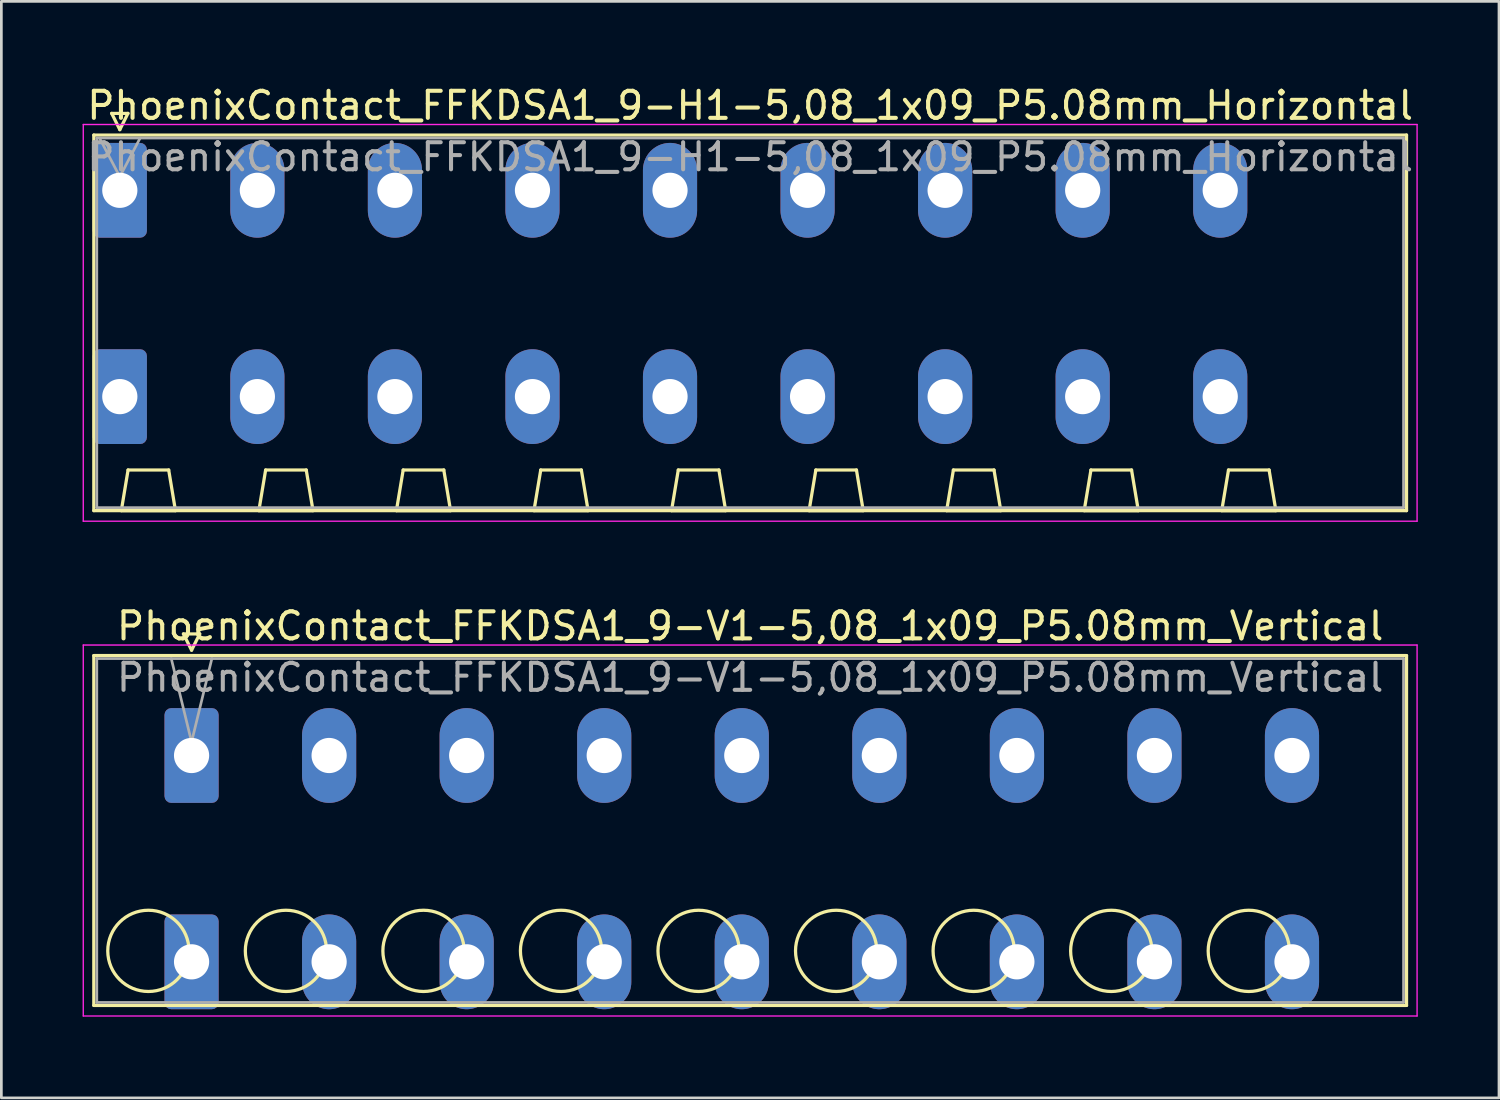
<source format=kicad_pcb>
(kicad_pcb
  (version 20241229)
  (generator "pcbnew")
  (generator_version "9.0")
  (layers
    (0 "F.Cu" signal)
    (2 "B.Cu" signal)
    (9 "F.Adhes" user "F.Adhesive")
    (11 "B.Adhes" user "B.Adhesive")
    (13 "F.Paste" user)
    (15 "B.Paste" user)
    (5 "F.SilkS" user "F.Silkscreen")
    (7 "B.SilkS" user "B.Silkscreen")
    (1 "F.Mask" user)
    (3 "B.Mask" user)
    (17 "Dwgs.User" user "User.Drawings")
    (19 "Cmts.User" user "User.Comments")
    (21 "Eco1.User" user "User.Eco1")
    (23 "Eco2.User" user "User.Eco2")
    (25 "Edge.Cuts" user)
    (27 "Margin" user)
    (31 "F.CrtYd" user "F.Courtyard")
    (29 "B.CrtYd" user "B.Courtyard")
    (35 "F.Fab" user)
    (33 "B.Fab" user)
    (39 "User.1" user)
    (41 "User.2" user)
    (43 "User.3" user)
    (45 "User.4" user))
  (footprint "PhoenixContact_FFKDSA1_9-V1-5,08_1x09_P5.08mm_Vertical"
    (layer "F.Cu")
    (at 4.025 24.852)
    (property "Reference" "PhoenixContact_FFKDSA1_9-V1-5,08_1x09_P5.08mm_Vertical" (at 20.63 -4.78 0) (layer "F.SilkS") (effects (font (size 1 1) (thickness 0.15))))
    (attr through_hole)
    (fp_line (start -3.61 -3.69) (end -3.61 9.23) (stroke (width 0.12) (type solid)) (layer "F.SilkS"))
    (fp_line (start -3.61 9.23) (end 44.87 9.23) (stroke (width 0.12) (type solid)) (layer "F.SilkS"))
    (fp_line (start -0.3 -4.49) (end 0.3 -4.49) (stroke (width 0.12) (type solid)) (layer "F.SilkS"))
    (fp_line (start 0 -3.89) (end -0.3 -4.49) (stroke (width 0.12) (type solid)) (layer "F.SilkS"))
    (fp_line (start 0.3 -4.49) (end 0 -3.89) (stroke (width 0.12) (type solid)) (layer "F.SilkS"))
    (fp_line (start 44.87 -3.69) (end -3.61 -3.69) (stroke (width 0.12) (type solid)) (layer "F.SilkS"))
    (fp_line (start 44.87 9.23) (end 44.87 -3.69) (stroke (width 0.12) (type solid)) (layer "F.SilkS"))
    (fp_circle (center -1.595 7.215) (end -0.095 7.215) (stroke (width 0.12) (type solid)) (fill no) (layer "F.SilkS"))
    (fp_circle (center 3.485 7.215) (end 4.985 7.215) (stroke (width 0.12) (type solid)) (fill no) (layer "F.SilkS"))
    (fp_circle (center 8.565 7.215) (end 10.065 7.215) (stroke (width 0.12) (type solid)) (fill no) (layer "F.SilkS"))
    (fp_circle (center 13.645 7.215) (end 15.145 7.215) (stroke (width 0.12) (type solid)) (fill no) (layer "F.SilkS"))
    (fp_circle (center 18.725 7.215) (end 20.225 7.215) (stroke (width 0.12) (type solid)) (fill no) (layer "F.SilkS"))
    (fp_circle (center 23.805 7.215) (end 25.305 7.215) (stroke (width 0.12) (type solid)) (fill no) (layer "F.SilkS"))
    (fp_circle (center 28.885 7.215) (end 30.385 7.215) (stroke (width 0.12) (type solid)) (fill no) (layer "F.SilkS"))
    (fp_circle (center 33.965 7.215) (end 35.465 7.215) (stroke (width 0.12) (type solid)) (fill no) (layer "F.SilkS"))
    (fp_circle (center 39.045 7.215) (end 40.545 7.215) (stroke (width 0.12) (type solid)) (fill no) (layer "F.SilkS"))
    (fp_line (start -4 -4.08) (end -4 9.62) (stroke (width 0.05) (type solid)) (layer "F.CrtYd"))
    (fp_line (start -4 9.62) (end 45.26 9.62) (stroke (width 0.05) (type solid)) (layer "F.CrtYd"))
    (fp_line (start 45.26 -4.08) (end -4 -4.08) (stroke (width 0.05) (type solid)) (layer "F.CrtYd"))
    (fp_line (start 45.26 9.62) (end 45.26 -4.08) (stroke (width 0.05) (type solid)) (layer "F.CrtYd"))
    (fp_line (start -3.5 -3.58) (end -3.5 9.12) (stroke (width 0.1) (type solid)) (layer "F.Fab"))
    (fp_line (start -3.5 9.12) (end 44.76 9.12) (stroke (width 0.1) (type solid)) (layer "F.Fab"))
    (fp_line (start 0 -0.5) (end -0.75 -3.58) (stroke (width 0.1) (type solid)) (layer "F.Fab"))
    (fp_line (start 0.75 -3.58) (end 0 -0.5) (stroke (width 0.1) (type solid)) (layer "F.Fab"))
    (fp_line (start 44.76 -3.58) (end -3.5 -3.58) (stroke (width 0.1) (type solid)) (layer "F.Fab"))
    (fp_line (start 44.76 9.12) (end 44.76 -3.58) (stroke (width 0.1) (type solid)) (layer "F.Fab"))
    (fp_text user "${REFERENCE}" (at 20.63 -2.88 0) (layer "F.Fab") (effects (font (size 1 1) (thickness 0.15))))
    (pad "1" thru_hole roundrect (at 0 0) (size 2 3.5) (drill 1.3) (layers "*.Cu" "*.Mask") (roundrect_rratio 0.125))
    (pad "1" thru_hole roundrect (at 0 7.62) (size 2 3.5) (drill 1.3) (layers "*.Cu" "*.Mask") (roundrect_rratio 0.125))
    (pad "2" thru_hole oval (at 5.08 0) (size 2 3.5) (drill 1.3) (layers "*.Cu" "*.Mask"))
    (pad "2" thru_hole oval (at 5.08 7.62) (size 2 3.5) (drill 1.3) (layers "*.Cu" "*.Mask"))
    (pad "3" thru_hole oval (at 10.16 0) (size 2 3.5) (drill 1.3) (layers "*.Cu" "*.Mask"))
    (pad "3" thru_hole oval (at 10.16 7.62) (size 2 3.5) (drill 1.3) (layers "*.Cu" "*.Mask"))
    (pad "4" thru_hole oval (at 15.24 0) (size 2 3.5) (drill 1.3) (layers "*.Cu" "*.Mask"))
    (pad "4" thru_hole oval (at 15.24 7.62) (size 2 3.5) (drill 1.3) (layers "*.Cu" "*.Mask"))
    (pad "5" thru_hole oval (at 20.32 0) (size 2 3.5) (drill 1.3) (layers "*.Cu" "*.Mask"))
    (pad "5" thru_hole oval (at 20.32 7.62) (size 2 3.5) (drill 1.3) (layers "*.Cu" "*.Mask"))
    (pad "6" thru_hole oval (at 25.4 0) (size 2 3.5) (drill 1.3) (layers "*.Cu" "*.Mask"))
    (pad "6" thru_hole oval (at 25.4 7.62) (size 2 3.5) (drill 1.3) (layers "*.Cu" "*.Mask"))
    (pad "7" thru_hole oval (at 30.48 0) (size 2 3.5) (drill 1.3) (layers "*.Cu" "*.Mask"))
    (pad "7" thru_hole oval (at 30.48 7.62) (size 2 3.5) (drill 1.3) (layers "*.Cu" "*.Mask"))
    (pad "8" thru_hole oval (at 35.56 0) (size 2 3.5) (drill 1.3) (layers "*.Cu" "*.Mask"))
    (pad "8" thru_hole oval (at 35.56 7.62) (size 2 3.5) (drill 1.3) (layers "*.Cu" "*.Mask"))
    (pad "9" thru_hole oval (at 40.64 0) (size 2 3.5) (drill 1.3) (layers "*.Cu" "*.Mask"))
    (pad "9" thru_hole oval (at 40.64 7.62) (size 2 3.5) (drill 1.3) (layers "*.Cu" "*.Mask")))
  (footprint "PhoenixContact_FFKDSA1_9-H1-5,08_1x09_P5.08mm_Horizontal"
    (layer "F.Cu")
    (at 1.375 3.978)
    (property "Reference" "PhoenixContact_FFKDSA1_9-H1-5,08_1x09_P5.08mm_Horizontal" (at 23.28 -3.13 0) (layer "F.SilkS") (effects (font (size 1 1) (thickness 0.15))))
    (attr through_hole)
    (fp_line (start -0.96 -2.04) (end -0.96 11.83) (stroke (width 0.12) (type solid)) (layer "F.SilkS"))
    (fp_line (start -0.96 11.83) (end 47.52 11.83) (stroke (width 0.12) (type solid)) (layer "F.SilkS"))
    (fp_line (start -0.3 -2.84) (end 0.3 -2.84) (stroke (width 0.12) (type solid)) (layer "F.SilkS"))
    (fp_line (start 0 -2.24) (end -0.3 -2.84) (stroke (width 0.12) (type solid)) (layer "F.SilkS"))
    (fp_line (start 0.055 11.83) (end 2.055 11.83) (stroke (width 0.12) (type solid)) (layer "F.SilkS"))
    (fp_line (start 0.3 -2.84) (end 0 -2.24) (stroke (width 0.12) (type solid)) (layer "F.SilkS"))
    (fp_line (start 0.305 10.33) (end 0.055 11.83) (stroke (width 0.12) (type solid)) (layer "F.SilkS"))
    (fp_line (start 1.805 10.33) (end 0.305 10.33) (stroke (width 0.12) (type solid)) (layer "F.SilkS"))
    (fp_line (start 2.055 11.83) (end 1.805 10.33) (stroke (width 0.12) (type solid)) (layer "F.SilkS"))
    (fp_line (start 5.135 11.83) (end 7.135 11.83) (stroke (width 0.12) (type solid)) (layer "F.SilkS"))
    (fp_line (start 5.385 10.33) (end 5.135 11.83) (stroke (width 0.12) (type solid)) (layer "F.SilkS"))
    (fp_line (start 6.885 10.33) (end 5.385 10.33) (stroke (width 0.12) (type solid)) (layer "F.SilkS"))
    (fp_line (start 7.135 11.83) (end 6.885 10.33) (stroke (width 0.12) (type solid)) (layer "F.SilkS"))
    (fp_line (start 10.215 11.83) (end 12.215 11.83) (stroke (width 0.12) (type solid)) (layer "F.SilkS"))
    (fp_line (start 10.465 10.33) (end 10.215 11.83) (stroke (width 0.12) (type solid)) (layer "F.SilkS"))
    (fp_line (start 11.965 10.33) (end 10.465 10.33) (stroke (width 0.12) (type solid)) (layer "F.SilkS"))
    (fp_line (start 12.215 11.83) (end 11.965 10.33) (stroke (width 0.12) (type solid)) (layer "F.SilkS"))
    (fp_line (start 15.295 11.83) (end 17.295 11.83) (stroke (width 0.12) (type solid)) (layer "F.SilkS"))
    (fp_line (start 15.545 10.33) (end 15.295 11.83) (stroke (width 0.12) (type solid)) (layer "F.SilkS"))
    (fp_line (start 17.045 10.33) (end 15.545 10.33) (stroke (width 0.12) (type solid)) (layer "F.SilkS"))
    (fp_line (start 17.295 11.83) (end 17.045 10.33) (stroke (width 0.12) (type solid)) (layer "F.SilkS"))
    (fp_line (start 20.375 11.83) (end 22.375 11.83) (stroke (width 0.12) (type solid)) (layer "F.SilkS"))
    (fp_line (start 20.625 10.33) (end 20.375 11.83) (stroke (width 0.12) (type solid)) (layer "F.SilkS"))
    (fp_line (start 22.125 10.33) (end 20.625 10.33) (stroke (width 0.12) (type solid)) (layer "F.SilkS"))
    (fp_line (start 22.375 11.83) (end 22.125 10.33) (stroke (width 0.12) (type solid)) (layer "F.SilkS"))
    (fp_line (start 25.455 11.83) (end 27.455 11.83) (stroke (width 0.12) (type solid)) (layer "F.SilkS"))
    (fp_line (start 25.705 10.33) (end 25.455 11.83) (stroke (width 0.12) (type solid)) (layer "F.SilkS"))
    (fp_line (start 27.205 10.33) (end 25.705 10.33) (stroke (width 0.12) (type solid)) (layer "F.SilkS"))
    (fp_line (start 27.455 11.83) (end 27.205 10.33) (stroke (width 0.12) (type solid)) (layer "F.SilkS"))
    (fp_line (start 30.535 11.83) (end 32.535 11.83) (stroke (width 0.12) (type solid)) (layer "F.SilkS"))
    (fp_line (start 30.785 10.33) (end 30.535 11.83) (stroke (width 0.12) (type solid)) (layer "F.SilkS"))
    (fp_line (start 32.285 10.33) (end 30.785 10.33) (stroke (width 0.12) (type solid)) (layer "F.SilkS"))
    (fp_line (start 32.535 11.83) (end 32.285 10.33) (stroke (width 0.12) (type solid)) (layer "F.SilkS"))
    (fp_line (start 35.615 11.83) (end 37.615 11.83) (stroke (width 0.12) (type solid)) (layer "F.SilkS"))
    (fp_line (start 35.865 10.33) (end 35.615 11.83) (stroke (width 0.12) (type solid)) (layer "F.SilkS"))
    (fp_line (start 37.365 10.33) (end 35.865 10.33) (stroke (width 0.12) (type solid)) (layer "F.SilkS"))
    (fp_line (start 37.615 11.83) (end 37.365 10.33) (stroke (width 0.12) (type solid)) (layer "F.SilkS"))
    (fp_line (start 40.695 11.83) (end 42.695 11.83) (stroke (width 0.12) (type solid)) (layer "F.SilkS"))
    (fp_line (start 40.945 10.33) (end 40.695 11.83) (stroke (width 0.12) (type solid)) (layer "F.SilkS"))
    (fp_line (start 42.445 10.33) (end 40.945 10.33) (stroke (width 0.12) (type solid)) (layer "F.SilkS"))
    (fp_line (start 42.695 11.83) (end 42.445 10.33) (stroke (width 0.12) (type solid)) (layer "F.SilkS"))
    (fp_line (start 47.52 -2.04) (end -0.96 -2.04) (stroke (width 0.12) (type solid)) (layer "F.SilkS"))
    (fp_line (start 47.52 11.83) (end 47.52 -2.04) (stroke (width 0.12) (type solid)) (layer "F.SilkS"))
    (fp_line (start -1.35 -2.43) (end -1.35 12.22) (stroke (width 0.05) (type solid)) (layer "F.CrtYd"))
    (fp_line (start -1.35 12.22) (end 47.91 12.22) (stroke (width 0.05) (type solid)) (layer "F.CrtYd"))
    (fp_line (start 47.91 -2.43) (end -1.35 -2.43) (stroke (width 0.05) (type solid)) (layer "F.CrtYd"))
    (fp_line (start 47.91 12.22) (end 47.91 -2.43) (stroke (width 0.05) (type solid)) (layer "F.CrtYd"))
    (fp_line (start -0.85 -1.93) (end -0.85 11.72) (stroke (width 0.1) (type solid)) (layer "F.Fab"))
    (fp_line (start -0.85 11.72) (end 47.41 11.72) (stroke (width 0.1) (type solid)) (layer "F.Fab"))
    (fp_line (start 0 -0.5) (end -0.75 -1.93) (stroke (width 0.1) (type solid)) (layer "F.Fab"))
    (fp_line (start 0.75 -1.93) (end 0 -0.5) (stroke (width 0.1) (type solid)) (layer "F.Fab"))
    (fp_line (start 47.41 -1.93) (end -0.85 -1.93) (stroke (width 0.1) (type solid)) (layer "F.Fab"))
    (fp_line (start 47.41 11.72) (end 47.41 -1.93) (stroke (width 0.1) (type solid)) (layer "F.Fab"))
    (fp_text user "${REFERENCE}" (at 23.28 -1.23 0) (layer "F.Fab") (effects (font (size 1 1) (thickness 0.15))))
    (pad "1" thru_hole roundrect (at 0 0) (size 2 3.5) (drill 1.3) (layers "*.Cu" "*.Mask") (roundrect_rratio 0.125))
    (pad "1" thru_hole roundrect (at 0 7.62) (size 2 3.5) (drill 1.3) (layers "*.Cu" "*.Mask") (roundrect_rratio 0.125))
    (pad "2" thru_hole oval (at 5.08 0) (size 2 3.5) (drill 1.3) (layers "*.Cu" "*.Mask"))
    (pad "2" thru_hole oval (at 5.08 7.62) (size 2 3.5) (drill 1.3) (layers "*.Cu" "*.Mask"))
    (pad "3" thru_hole oval (at 10.16 0) (size 2 3.5) (drill 1.3) (layers "*.Cu" "*.Mask"))
    (pad "3" thru_hole oval (at 10.16 7.62) (size 2 3.5) (drill 1.3) (layers "*.Cu" "*.Mask"))
    (pad "4" thru_hole oval (at 15.24 0) (size 2 3.5) (drill 1.3) (layers "*.Cu" "*.Mask"))
    (pad "4" thru_hole oval (at 15.24 7.62) (size 2 3.5) (drill 1.3) (layers "*.Cu" "*.Mask"))
    (pad "5" thru_hole oval (at 20.32 0) (size 2 3.5) (drill 1.3) (layers "*.Cu" "*.Mask"))
    (pad "5" thru_hole oval (at 20.32 7.62) (size 2 3.5) (drill 1.3) (layers "*.Cu" "*.Mask"))
    (pad "6" thru_hole oval (at 25.4 0) (size 2 3.5) (drill 1.3) (layers "*.Cu" "*.Mask"))
    (pad "6" thru_hole oval (at 25.4 7.62) (size 2 3.5) (drill 1.3) (layers "*.Cu" "*.Mask"))
    (pad "7" thru_hole oval (at 30.48 0) (size 2 3.5) (drill 1.3) (layers "*.Cu" "*.Mask"))
    (pad "7" thru_hole oval (at 30.48 7.62) (size 2 3.5) (drill 1.3) (layers "*.Cu" "*.Mask"))
    (pad "8" thru_hole oval (at 35.56 0) (size 2 3.5) (drill 1.3) (layers "*.Cu" "*.Mask"))
    (pad "8" thru_hole oval (at 35.56 7.62) (size 2 3.5) (drill 1.3) (layers "*.Cu" "*.Mask"))
    (pad "9" thru_hole oval (at 40.64 0) (size 2 3.5) (drill 1.3) (layers "*.Cu" "*.Mask"))
    (pad "9" thru_hole oval (at 40.64 7.62) (size 2 3.5) (drill 1.3) (layers "*.Cu" "*.Mask")))
  (gr_rect
    (start -3 -3)
    (end 52.31 37.496)
    (stroke (width 0.1) (type default))
    (fill no)
    (layer "Edge.Cuts")))
</source>
